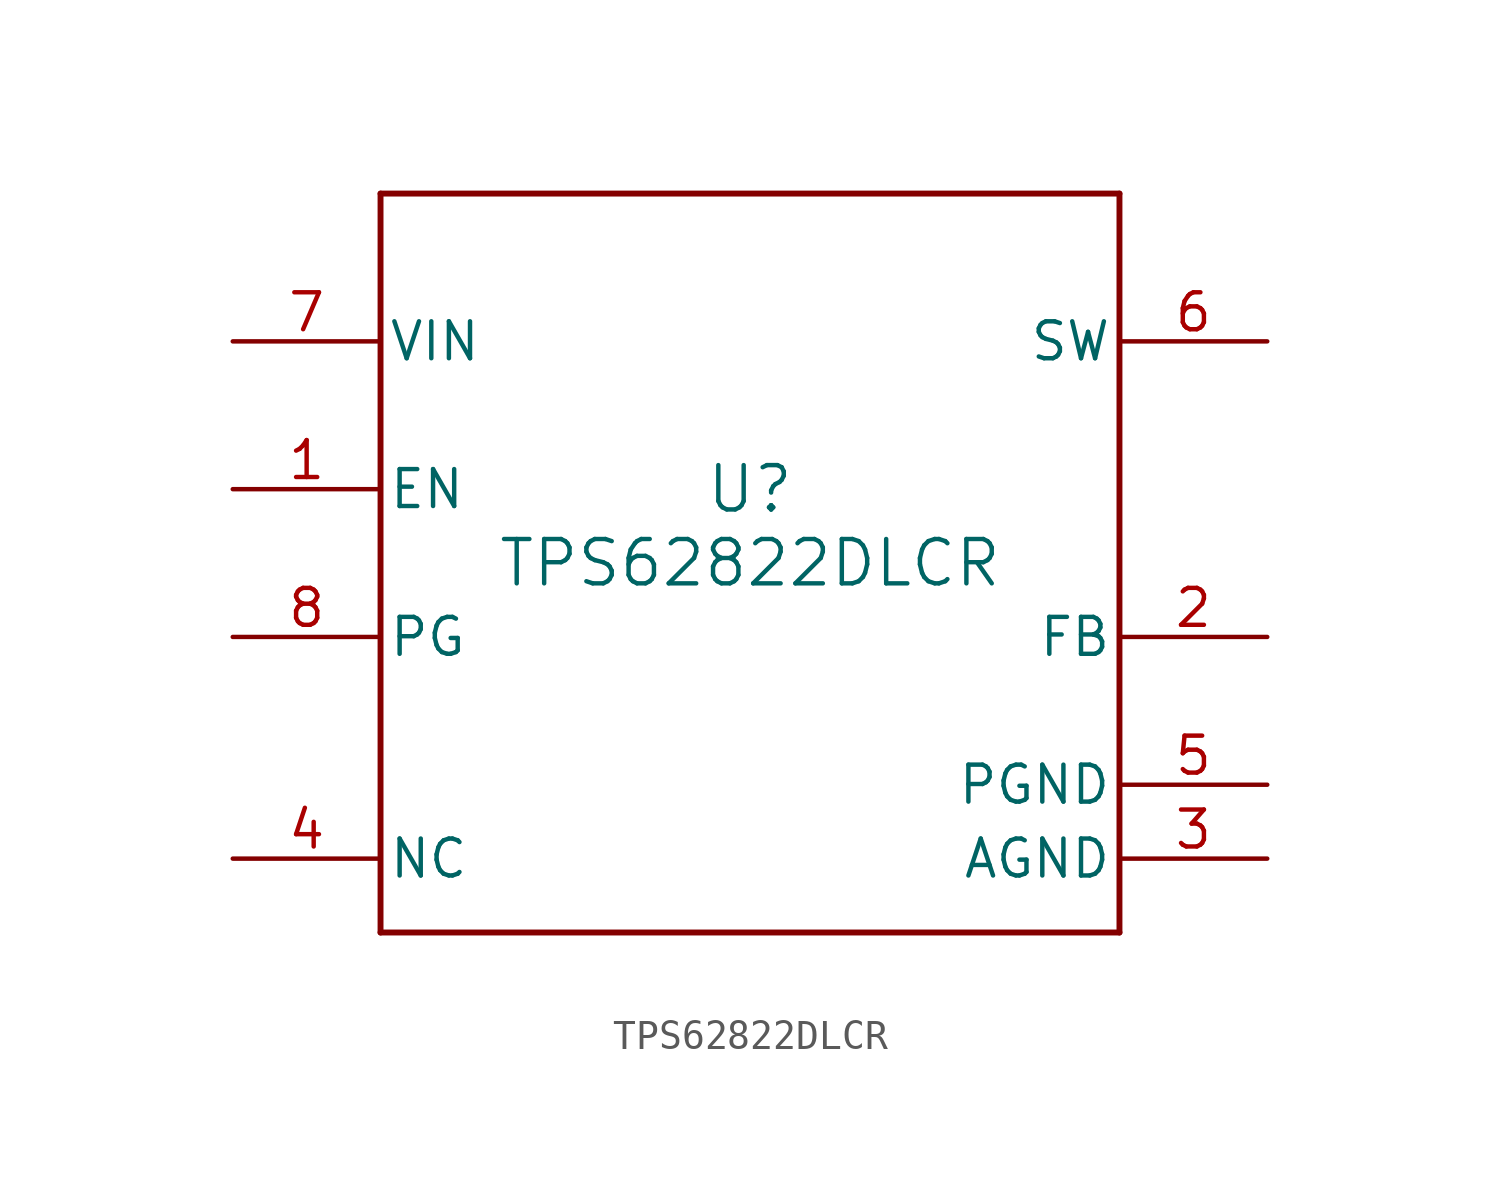
<source format=kicad_sym>
(kicad_symbol_lib
  (version 20211014)
  (generator kicad_symbol_editor)
  (symbol "TPS62822DLCR"
    (pin_names
      (offset 0.254))
    (property "Reference" "U"
      (at 0 2.54 0)
      (effects (font (size 1.524 1.524))))
    (property "Value" "TPS62822DLCR"
      (at 0 0 0)
      (effects (font (size 1.524 1.524))))
    (polyline
      (pts (xy -12.7 -12.7) (xy 12.7 -12.7))
      (stroke (width 0.203) (type default) (color 0 0 0 0))
      (fill (type none)))
    (polyline
      (pts (xy 12.7 -12.7) (xy 12.7 12.7))
      (stroke (width 0.203) (type default) (color 0 0 0 0))
      (fill (type none)))
    (polyline
      (pts (xy 12.7 12.7) (xy -12.7 12.7))
      (stroke (width 0.203) (type default) (color 0 0 0 0))
      (fill (type none)))
    (polyline
      (pts (xy -12.7 12.7) (xy -12.7 -12.7))
      (stroke (width 0.203) (type default) (color 0 0 0 0))
      (fill (type none)))
    (pin input line
      (at -17.78 2.54 0)
      (length 5.08)
      (name "EN" (effects (font (size 1.27 1.27))))
      (number "1" (effects (font (size 1.27 1.27)))))
    (pin input line
      (at 17.78 -2.54 180)
      (length 5.08)
      (name "FB" (effects (font (size 1.27 1.27))))
      (number "2" (effects (font (size 1.27 1.27)))))
    (pin power_in line
      (at 17.78 -10.16 180)
      (length 5.08)
      (name "AGND" (effects (font (size 1.27 1.27))))
      (number "3" (effects (font (size 1.27 1.27)))))
    (pin unspecified line
      (at -17.78 -10.16 0)
      (length 5.08)
      (name "NC" (effects (font (size 1.27 1.27))))
      (number "4" (effects (font (size 1.27 1.27)))))
    (pin power_in line
      (at 17.78 -7.62 180)
      (length 5.08)
      (name "PGND" (effects (font (size 1.27 1.27))))
      (number "5" (effects (font (size 1.27 1.27)))))
    (pin power_in line
      (at 17.78 7.62 180)
      (length 5.08)
      (name "SW" (effects (font (size 1.27 1.27))))
      (number "6" (effects (font (size 1.27 1.27)))))
    (pin power_in line
      (at -17.78 7.62 0)
      (length 5.08)
      (name "VIN" (effects (font (size 1.27 1.27))))
      (number "7" (effects (font (size 1.27 1.27)))))
    (pin output line
      (at -17.78 -2.54 0)
      (length 5.08)
      (name "PG" (effects (font (size 1.27 1.27))))
      (number "8" (effects (font (size 1.27 1.27)))))))
</source>
